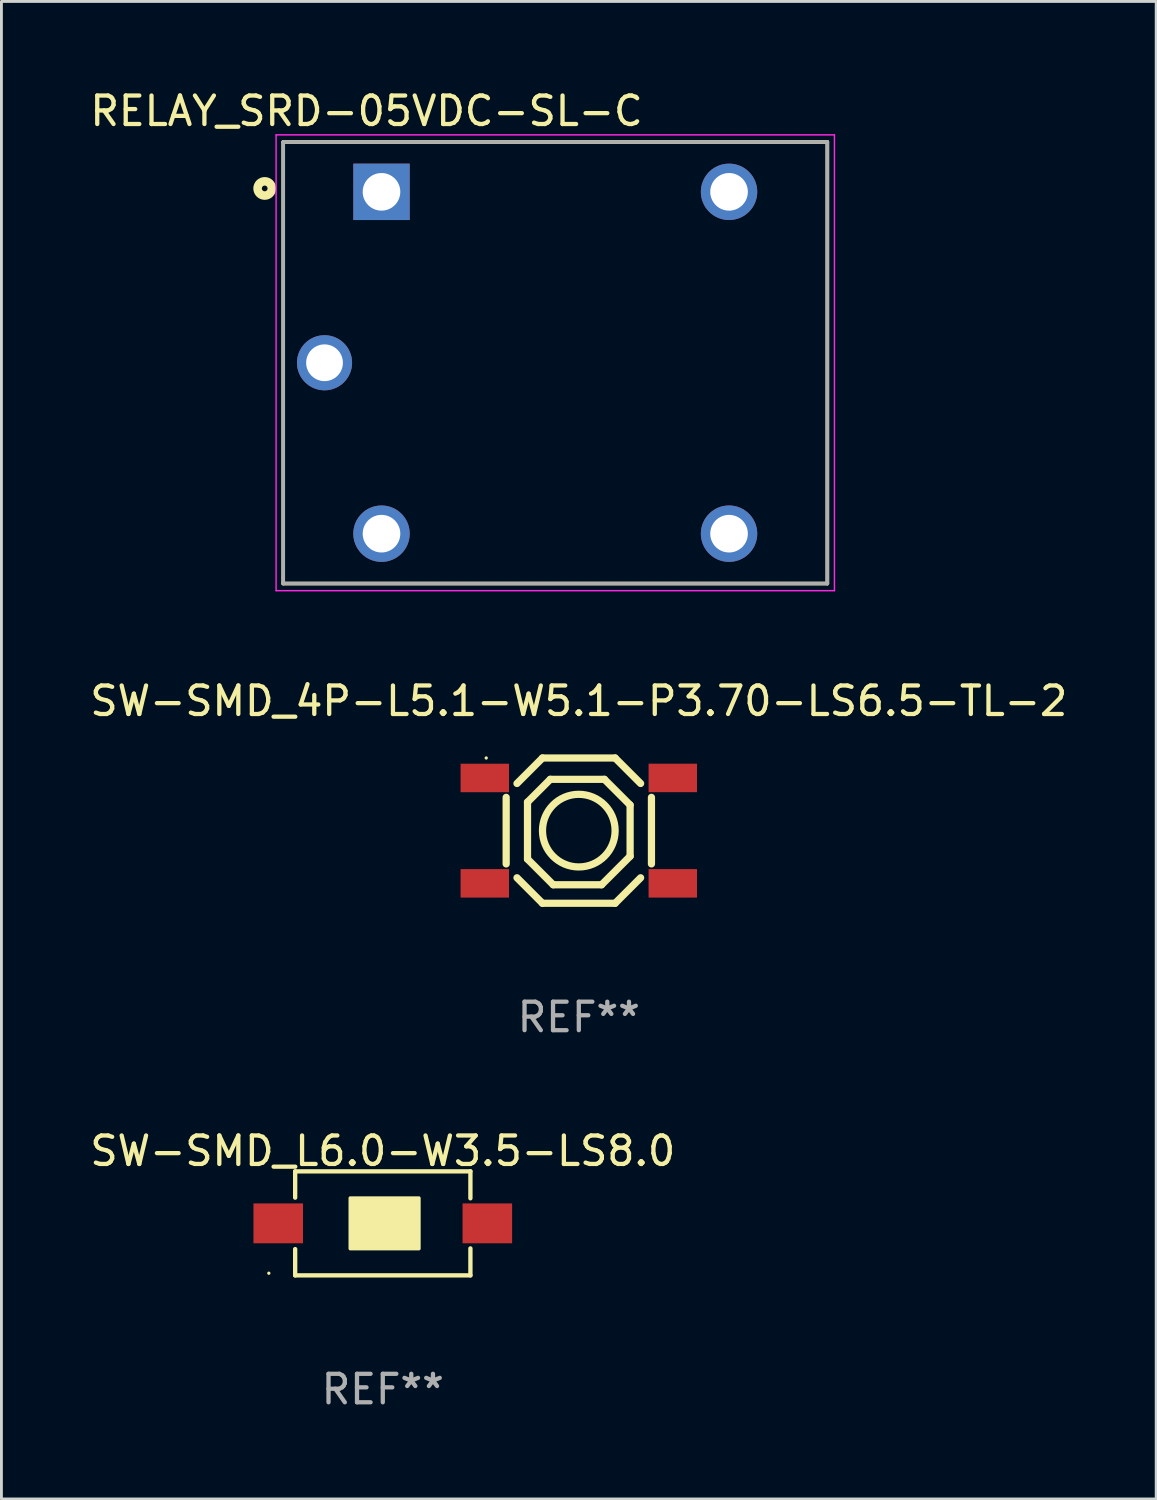
<source format=kicad_pcb>
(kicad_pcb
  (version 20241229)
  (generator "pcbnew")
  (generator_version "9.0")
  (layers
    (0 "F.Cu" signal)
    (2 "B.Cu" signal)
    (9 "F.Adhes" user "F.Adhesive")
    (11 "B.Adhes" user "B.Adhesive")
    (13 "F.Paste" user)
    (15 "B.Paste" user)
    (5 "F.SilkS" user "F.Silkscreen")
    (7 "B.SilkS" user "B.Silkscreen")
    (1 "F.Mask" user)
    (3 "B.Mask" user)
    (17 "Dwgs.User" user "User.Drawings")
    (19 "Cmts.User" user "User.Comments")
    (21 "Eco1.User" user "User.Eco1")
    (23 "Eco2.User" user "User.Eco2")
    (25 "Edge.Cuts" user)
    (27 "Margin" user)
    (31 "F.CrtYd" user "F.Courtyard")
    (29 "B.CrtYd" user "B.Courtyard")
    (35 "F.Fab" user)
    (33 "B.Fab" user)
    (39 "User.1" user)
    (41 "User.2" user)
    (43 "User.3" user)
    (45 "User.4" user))
  (footprint "SW-SMD_4P-L5.1-W5.1-P3.70-LS6.5-TL-2"
    (layer "F.Cu")
    (at 17.268 26.108)
    (property "Reference" "SW-SMD_4P-L5.1-W5.1-P3.70-LS6.5-TL-2" (at 0 -4.55 0) (layer "F.SilkS") (effects (font (size 1 1) (thickness 0.15))))
    (attr through_hole)
    (fp_line (start -2.55 -1.168) (end -2.55 1.168) (stroke (width 0.254) (type solid)) (layer "F.SilkS"))
    (fp_line (start -2.17 1.655) (end -1.275 2.55) (stroke (width 0.254) (type solid)) (layer "F.SilkS"))
    (fp_line (start -1.801 -1.001) (end -1.001 -1.801) (stroke (width 0.254) (type solid)) (layer "F.SilkS"))
    (fp_line (start -1.801 0.998) (end -1.801 -1.001) (stroke (width 0.254) (type solid)) (layer "F.SilkS"))
    (fp_line (start -1.275 -2.55) (end -2.17 -1.655) (stroke (width 0.254) (type solid)) (layer "F.SilkS"))
    (fp_line (start -1.275 -2.55) (end 1.275 -2.55) (stroke (width 0.254) (type solid)) (layer "F.SilkS"))
    (fp_line (start -1.275 2.55) (end 1.275 2.55) (stroke (width 0.254) (type solid)) (layer "F.SilkS"))
    (fp_line (start -1.001 -1.801) (end 0.899 -1.801) (stroke (width 0.254) (type solid)) (layer "F.SilkS"))
    (fp_line (start -0.899 1.9) (end -1.801 0.998) (stroke (width 0.254) (type solid)) (layer "F.SilkS"))
    (fp_line (start 0.8 1.9) (end -0.899 1.9) (stroke (width 0.254) (type solid)) (layer "F.SilkS"))
    (fp_line (start 0.899 -1.801) (end 1.801 -0.899) (stroke (width 0.254) (type solid)) (layer "F.SilkS"))
    (fp_line (start 1.275 -2.55) (end 2.17 -1.655) (stroke (width 0.254) (type solid)) (layer "F.SilkS"))
    (fp_line (start 1.801 -0.899) (end 1.801 0.899) (stroke (width 0.254) (type solid)) (layer "F.SilkS"))
    (fp_line (start 1.801 0.899) (end 0.8 1.9) (stroke (width 0.254) (type solid)) (layer "F.SilkS"))
    (fp_line (start 2.17 1.655) (end 1.275 2.55) (stroke (width 0.254) (type solid)) (layer "F.SilkS"))
    (fp_line (start 2.55 -1.168) (end 2.55 1.168) (stroke (width 0.254) (type solid)) (layer "F.SilkS"))
    (fp_circle (center -3.25 -2.55) (end -3.22 -2.55) (stroke (width 0.06) (type solid)) (fill no) (layer "F.SilkS"))
    (fp_circle (center 0 0) (end 1.275 0) (stroke (width 0.254) (type solid)) (fill no) (layer "F.SilkS"))
    (fp_text user "REF**" (at 0 6.55 0) (layer "F.Fab") (effects (font (size 1 1) (thickness 0.15))))
    (pad "1" smd rect (at -3.3 -1.849) (size 1.7 1) (layers "F.Cu" "F.Mask" "F.Paste"))
    (pad "2" smd rect (at 3.3 -1.85) (size 1.7 1) (layers "F.Cu" "F.Mask" "F.Paste"))
    (pad "3" smd rect (at -3.3 1.85) (size 1.7 1) (layers "F.Cu" "F.Mask" "F.Paste"))
    (pad "4" smd rect (at 3.3 1.85) (size 1.7 1) (layers "F.Cu" "F.Mask" "F.Paste")))
  (footprint "SW-SMD_L6.0-W3.5-LS8.0"
    (layer "F.Cu")
    (at 10.387 39.894)
    (property "Reference" "SW-SMD_L6.0-W3.5-LS8.0" (at 0 -2.54 0) (layer "F.SilkS") (effects (font (size 1 1) (thickness 0.15))))
    (attr through_hole)
    (fp_line (start -3.076 -1.826) (end -3.076 -0.903) (stroke (width 0.152) (type solid)) (layer "F.SilkS"))
    (fp_line (start -3.076 1.826) (end -3.076 0.903) (stroke (width 0.152) (type solid)) (layer "F.SilkS"))
    (fp_line (start 3.076 -1.826) (end -3.076 -1.826) (stroke (width 0.152) (type solid)) (layer "F.SilkS"))
    (fp_line (start 3.076 -1.826) (end 3.076 -0.88) (stroke (width 0.152) (type solid)) (layer "F.SilkS"))
    (fp_line (start 3.076 0.88) (end 3.076 1.826) (stroke (width 0.152) (type solid)) (layer "F.SilkS"))
    (fp_line (start 3.076 1.826) (end -3.076 1.826) (stroke (width 0.152) (type solid)) (layer "F.SilkS"))
    (fp_circle (center -4 1.75) (end -3.97 1.75) (stroke (width 0.06) (type solid)) (fill no) (layer "F.SilkS"))
    (fp_poly (pts (xy -1.143 -0.889) (xy 1.27 -0.889) (xy 1.27 0.889) (xy -1.143 0.889)) (stroke (width 0.12) (type solid)) (fill yes) (layer "F.SilkS"))
    (fp_text user "REF**" (at 0 5.826 0) (layer "F.Fab") (effects (font (size 1 1) (thickness 0.15))))
    (pad "1" smd rect (at -3.67 0) (size 1.74 1.4) (layers "F.Cu" "F.Mask" "F.Paste"))
    (pad "2" smd rect (at 3.67 0) (size 1.74 1.4) (layers "F.Cu" "F.Mask" "F.Paste")))
  (footprint "RELAY_SRD-05VDC-SL-C"
    (layer "F.Cu")
    (at 16.442 9.684)
    (property "Reference" "RELAY_SRD-05VDC-SL-C" (at -6.626 -8.836 0) (layer "F.SilkS") (effects (font (size 1 1) (thickness 0.15))))
    (attr through_hole)
    (fp_line (start -9.55 -7.75) (end 9.55 -7.75) (stroke (width 0.127) (type solid)) (layer "F.SilkS"))
    (fp_line (start -9.55 7.75) (end -9.55 -7.75) (stroke (width 0.127) (type solid)) (layer "F.SilkS"))
    (fp_line (start 9.55 -7.75) (end 9.55 7.75) (stroke (width 0.127) (type solid)) (layer "F.SilkS"))
    (fp_line (start 9.55 7.75) (end -9.55 7.75) (stroke (width 0.127) (type solid)) (layer "F.SilkS"))
    (fp_circle (center -10.2 -6.119) (end -10.1 -6.119) (stroke (width 0.3) (type solid)) (fill no) (layer "F.SilkS"))
    (fp_line (start -9.8 -8) (end 9.8 -8) (stroke (width 0.05) (type solid)) (layer "F.CrtYd"))
    (fp_line (start -9.8 8) (end -9.8 -8) (stroke (width 0.05) (type solid)) (layer "F.CrtYd"))
    (fp_line (start 9.8 -8) (end 9.8 8) (stroke (width 0.05) (type solid)) (layer "F.CrtYd"))
    (fp_line (start 9.8 8) (end -9.8 8) (stroke (width 0.05) (type solid)) (layer "F.CrtYd"))
    (fp_line (start -9.55 -7.75) (end 9.55 -7.75) (stroke (width 0.127) (type solid)) (layer "F.Fab"))
    (fp_line (start -9.55 7.75) (end -9.55 -7.75) (stroke (width 0.127) (type solid)) (layer "F.Fab"))
    (fp_line (start 9.55 -7.75) (end 9.55 7.75) (stroke (width 0.127) (type solid)) (layer "F.Fab"))
    (fp_line (start 9.55 7.75) (end -9.55 7.75) (stroke (width 0.127) (type solid)) (layer "F.Fab"))
    (pad "A1" thru_hole rect (at -6.1 -6) (size 1.98 1.98) (drill 1.32) (layers "*.Cu" "*.Mask"))
    (pad "A2" thru_hole circle (at -6.1 6) (size 1.98 1.98) (drill 1.32) (layers "*.Cu" "*.Mask"))
    (pad "COM" thru_hole circle (at -8.1 0) (size 1.935 1.935) (drill 1.29) (layers "*.Cu" "*.Mask"))
    (pad "NC" thru_hole circle (at 6.1 -6) (size 1.98 1.98) (drill 1.32) (layers "*.Cu" "*.Mask"))
    (pad "NO" thru_hole circle (at 6.1 6) (size 1.98 1.98) (drill 1.32) (layers "*.Cu" "*.Mask")))
  (gr_rect
    (start -3 -3)
    (end 37.536 49.569)
    (stroke (width 0.1) (type default))
    (fill no)
    (layer "Edge.Cuts")))
</source>
